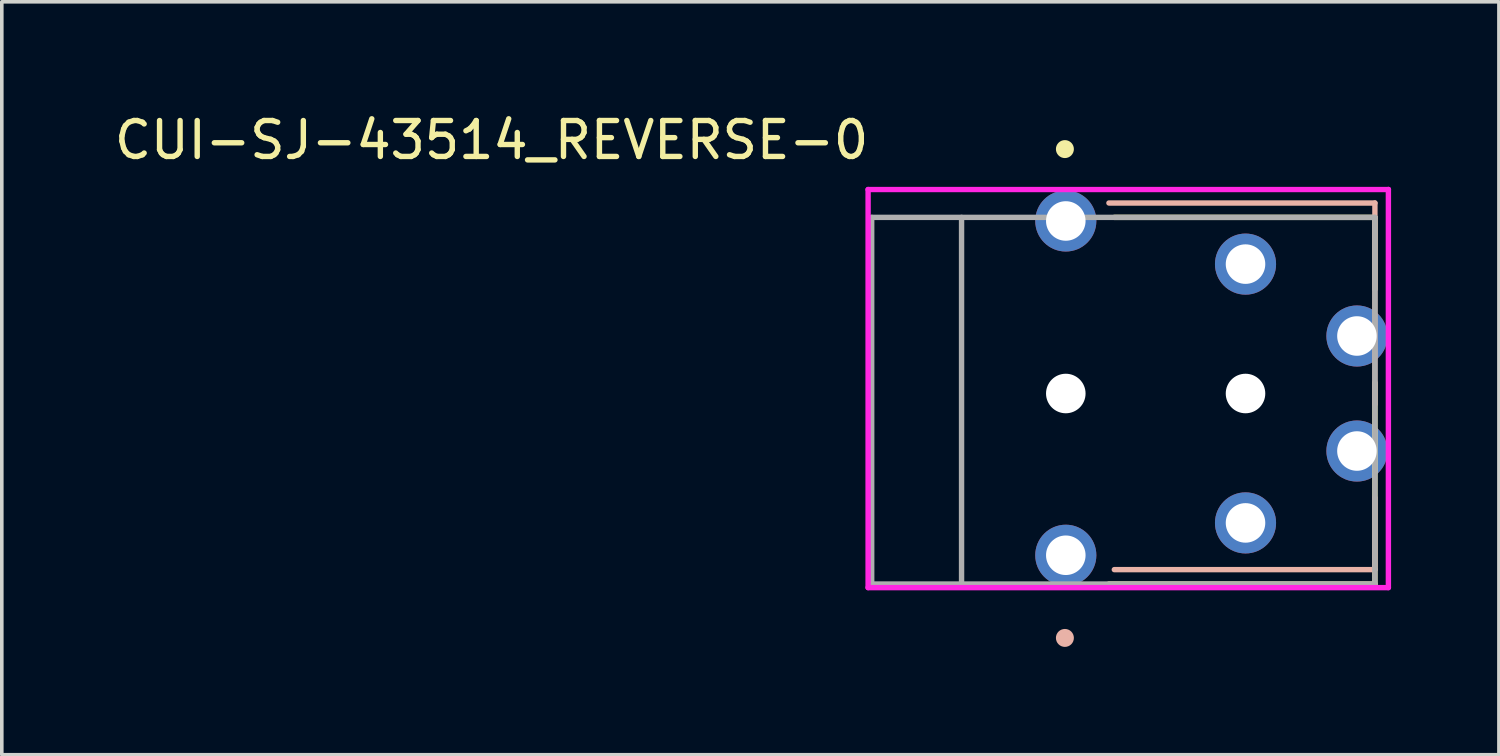
<source format=kicad_pcb>
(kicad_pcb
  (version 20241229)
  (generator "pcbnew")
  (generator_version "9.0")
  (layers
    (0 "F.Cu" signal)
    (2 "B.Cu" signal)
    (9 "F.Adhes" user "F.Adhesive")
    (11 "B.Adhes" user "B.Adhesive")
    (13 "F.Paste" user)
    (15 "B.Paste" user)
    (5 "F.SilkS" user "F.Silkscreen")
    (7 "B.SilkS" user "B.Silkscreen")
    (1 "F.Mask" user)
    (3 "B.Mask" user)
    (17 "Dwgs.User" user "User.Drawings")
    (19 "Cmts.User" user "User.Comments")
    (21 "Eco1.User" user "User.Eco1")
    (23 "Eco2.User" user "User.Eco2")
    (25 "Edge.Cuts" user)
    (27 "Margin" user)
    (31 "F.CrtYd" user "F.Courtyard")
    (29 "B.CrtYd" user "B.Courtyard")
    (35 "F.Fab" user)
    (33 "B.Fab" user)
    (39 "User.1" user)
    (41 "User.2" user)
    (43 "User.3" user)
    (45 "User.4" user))
  (footprint "CUI-SJ-43514_REVERSE-0"
    (layer "F.Cu")
    (at 26.602 7.898)
    (property "Reference" "CUI-SJ-43514_REVERSE-0" (at -5.4 -7.05 180) (layer "F.SilkS") (effects (font (size 1 1) (thickness 0.15)) (justify right)))
    (attr through_hole)
    (fp_line (start 8.6 -4.9) (end 1.35 -4.9) (stroke (width 0.15) (type solid)) (layer "F.SilkS"))
    (fp_line (start 8.6 -4.9) (end 8.6 -2.9) (stroke (width 0.15) (type solid)) (layer "F.SilkS"))
    (fp_line (start 8.6 5.3) (end 1.2 5.3) (stroke (width 0.15) (type solid)) (layer "F.SilkS"))
    (fp_line (start 8.6 5.3) (end 8.6 -0.3) (stroke (width 0.15) (type solid)) (layer "F.SilkS"))
    (fp_circle (center -0.025 -6.8) (end 0.1 -6.8) (stroke (width 0.25) (type solid)) (fill no) (layer "F.SilkS"))
    (fp_line (start 8.6 -5.3) (end 1.2 -5.3) (stroke (width 0.15) (type solid)) (layer "B.SilkS"))
    (fp_line (start 8.6 -5.3) (end 8.6 0.3) (stroke (width 0.15) (type solid)) (layer "B.SilkS"))
    (fp_line (start 8.6 4.9) (end 1.35 4.9) (stroke (width 0.15) (type solid)) (layer "B.SilkS"))
    (fp_line (start 8.6 4.9) (end 8.6 2.9) (stroke (width 0.15) (type solid)) (layer "B.SilkS"))
    (fp_circle (center -0.025 6.8) (end -0.15 6.8) (stroke (width 0.25) (type solid)) (fill no) (layer "B.SilkS"))
    (fp_line (start -5.5 -5.675) (end -5.5 5.4) (stroke (width 0.15) (type solid)) (layer "F.CrtYd"))
    (fp_line (start -5.5 5.4) (end 8.975 5.4) (stroke (width 0.15) (type solid)) (layer "F.CrtYd"))
    (fp_line (start 8.975 -5.675) (end -5.5 -5.675) (stroke (width 0.15) (type solid)) (layer "F.CrtYd"))
    (fp_line (start 8.975 -5.675) (end 8.975 -5.675) (stroke (width 0.15) (type solid)) (layer "F.CrtYd"))
    (fp_line (start 8.975 5.4) (end 8.975 -5.675) (stroke (width 0.15) (type solid)) (layer "F.CrtYd"))
    (fp_line (start -5.4 -4.9) (end 8.6 -4.9) (stroke (width 0.15) (type solid)) (layer "F.Fab"))
    (fp_line (start -5.4 5.3) (end -5.4 -4.9) (stroke (width 0.15) (type solid)) (layer "F.Fab"))
    (fp_line (start -2.9 -4.9) (end -2.9 5.3) (stroke (width 0.15) (type solid)) (layer "F.Fab"))
    (fp_line (start 8.6 -4.9) (end 8.6 5.3) (stroke (width 0.15) (type solid)) (layer "F.Fab"))
    (fp_line (start 8.6 5.3) (end -5.4 5.3) (stroke (width 0.15) (type solid)) (layer "F.Fab"))
    (pad "" np_thru_hole circle (at 0 0) (size 1.1 1.1) (drill 1.1) (layers "*.Cu" "*.Mask"))
    (pad "" np_thru_hole circle (at 5 0) (size 1.1 1.1) (drill 1.1) (layers "*.Cu" "*.Mask"))
    (pad "1" thru_hole circle (at 0 -4.8) (size 1.7 1.7) (drill 1.1) (layers "*.Cu"))
    (pad "2" thru_hole circle (at 5 -3.6) (size 1.7 1.7) (drill 1.1) (layers "*.Cu"))
    (pad "2" thru_hole circle (at 5 3.6) (size 1.7 1.7) (drill 1.1) (layers "*.Cu"))
    (pad "3" thru_hole circle (at 8.1 -1.6) (size 1.7 1.7) (drill 1.1) (layers "*.Cu"))
    (pad "3" thru_hole circle (at 8.1 1.6) (size 1.7 1.7) (drill 1.1) (layers "*.Cu"))
    (pad "4" thru_hole circle (at 0 4.5) (size 1.7 1.7) (drill 1.1) (layers "*.Cu")))
  (gr_rect
    (start -3 -3)
    (end 38.652 17.948)
    (stroke (width 0.1) (type default))
    (fill no)
    (layer "Edge.Cuts")))
</source>
